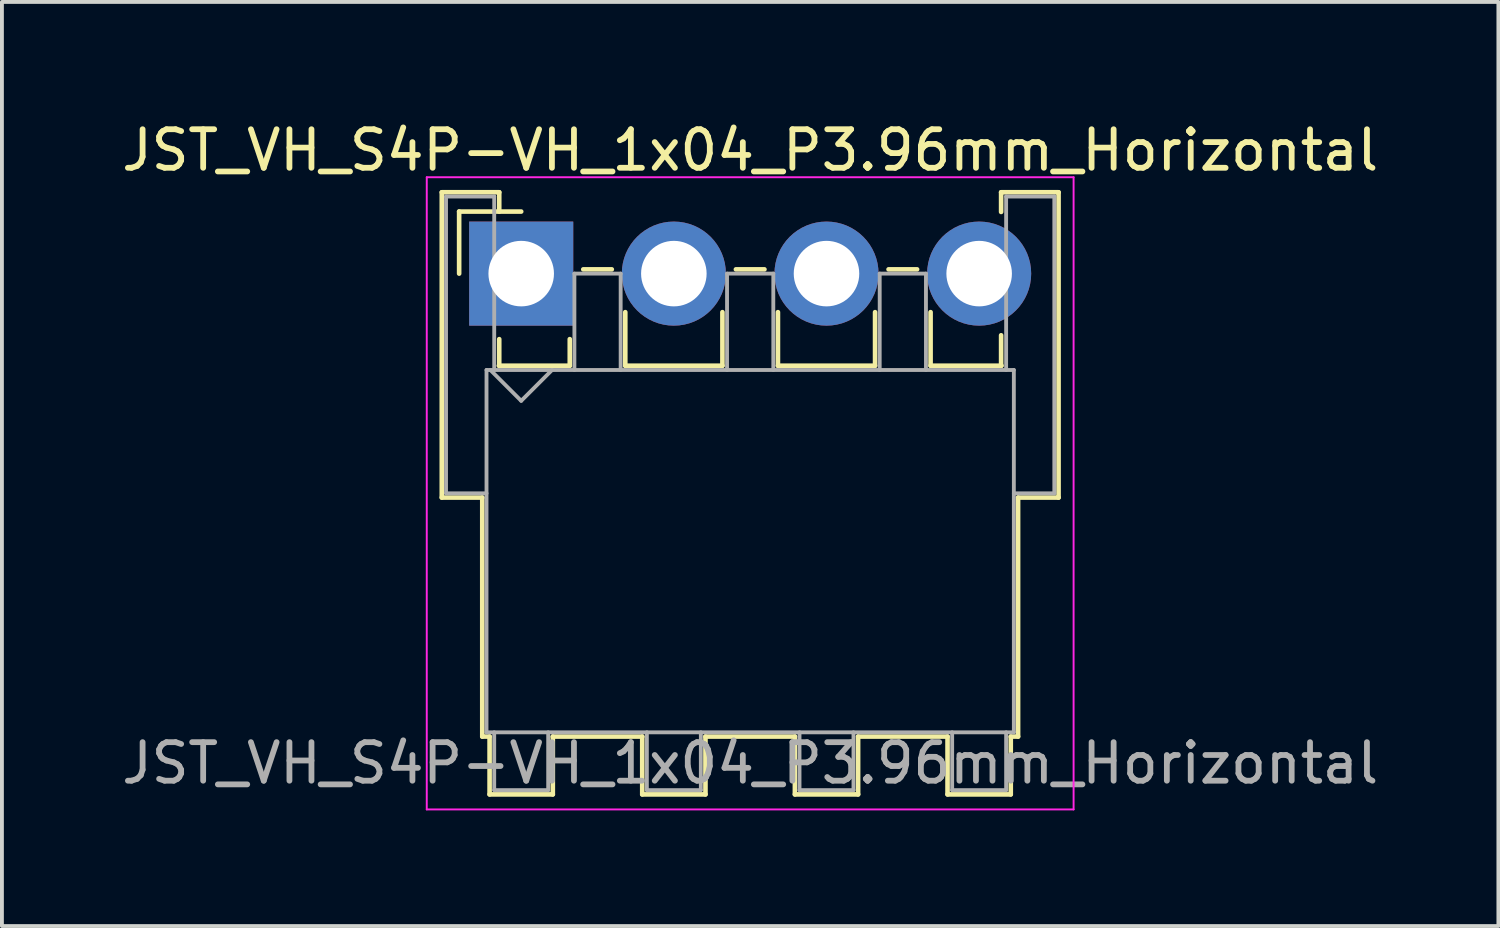
<source format=kicad_pcb>
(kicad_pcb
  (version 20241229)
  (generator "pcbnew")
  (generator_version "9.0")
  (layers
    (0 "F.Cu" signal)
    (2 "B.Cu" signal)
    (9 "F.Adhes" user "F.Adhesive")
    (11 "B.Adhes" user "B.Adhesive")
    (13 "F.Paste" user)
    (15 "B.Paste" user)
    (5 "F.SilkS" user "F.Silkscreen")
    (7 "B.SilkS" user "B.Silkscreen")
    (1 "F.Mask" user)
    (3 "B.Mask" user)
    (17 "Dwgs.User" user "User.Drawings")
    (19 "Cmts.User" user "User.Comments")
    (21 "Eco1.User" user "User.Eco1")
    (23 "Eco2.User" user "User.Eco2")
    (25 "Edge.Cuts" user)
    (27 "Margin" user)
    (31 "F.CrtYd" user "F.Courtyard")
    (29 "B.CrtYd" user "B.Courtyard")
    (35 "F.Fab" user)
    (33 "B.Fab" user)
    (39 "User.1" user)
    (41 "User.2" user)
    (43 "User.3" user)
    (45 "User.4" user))
  (footprint "JST_VH_S4P-VH_1x04_P3.96mm_Horizontal"
    (layer "F.Cu")
    (at 10.471 4.048)
    (property "Reference" "JST_VH_S4P-VH_1x04_P3.96mm_Horizontal" (at 5.94 -3.2 0) (layer "F.SilkS") (effects (font (size 1 1) (thickness 0.15))))
    (attr through_hole)
    (fp_line (start -2.06 -2.11) (end -0.57 -2.11) (stroke (width 0.12) (type solid)) (layer "F.SilkS"))
    (fp_line (start -2.06 5.81) (end -2.06 -2.11) (stroke (width 0.12) (type solid)) (layer "F.SilkS"))
    (fp_line (start -1.61 -1.61) (end -1.61 0) (stroke (width 0.12) (type solid)) (layer "F.SilkS"))
    (fp_line (start -1.01 5.81) (end -2.06 5.81) (stroke (width 0.12) (type solid)) (layer "F.SilkS"))
    (fp_line (start -1.01 5.81) (end -1.01 12.01) (stroke (width 0.12) (type solid)) (layer "F.SilkS"))
    (fp_line (start -1.01 12.01) (end -0.82 12.01) (stroke (width 0.12) (type solid)) (layer "F.SilkS"))
    (fp_line (start -0.82 12.01) (end -0.82 13.51) (stroke (width 0.12) (type solid)) (layer "F.SilkS"))
    (fp_line (start -0.82 13.51) (end 0.82 13.51) (stroke (width 0.12) (type solid)) (layer "F.SilkS"))
    (fp_line (start -0.58 2.39) (end 1.26 2.39) (stroke (width 0.12) (type solid)) (layer "F.SilkS"))
    (fp_line (start -0.57 -2.11) (end -0.57 -1.61) (stroke (width 0.12) (type solid)) (layer "F.SilkS"))
    (fp_line (start -0.57 1.7) (end -0.57 2.39) (stroke (width 0.12) (type solid)) (layer "F.SilkS"))
    (fp_line (start 0 -1.61) (end -1.61 -1.61) (stroke (width 0.12) (type solid)) (layer "F.SilkS"))
    (fp_line (start 0.82 12.01) (end 3.14 12.01) (stroke (width 0.12) (type solid)) (layer "F.SilkS"))
    (fp_line (start 0.82 13.51) (end 0.82 12.01) (stroke (width 0.12) (type solid)) (layer "F.SilkS"))
    (fp_line (start 1.26 2.39) (end 1.26 1.7) (stroke (width 0.12) (type solid)) (layer "F.SilkS"))
    (fp_line (start 1.61 -0.11) (end 2.35 -0.11) (stroke (width 0.12) (type solid)) (layer "F.SilkS"))
    (fp_line (start 2.7 1) (end 2.7 2.39) (stroke (width 0.12) (type solid)) (layer "F.SilkS"))
    (fp_line (start 2.7 2.39) (end 5.22 2.39) (stroke (width 0.12) (type solid)) (layer "F.SilkS"))
    (fp_line (start 3.14 12.01) (end 3.14 13.51) (stroke (width 0.12) (type solid)) (layer "F.SilkS"))
    (fp_line (start 3.14 13.51) (end 4.78 13.51) (stroke (width 0.12) (type solid)) (layer "F.SilkS"))
    (fp_line (start 4.78 12.01) (end 7.1 12.01) (stroke (width 0.12) (type solid)) (layer "F.SilkS"))
    (fp_line (start 4.78 13.51) (end 4.78 12.01) (stroke (width 0.12) (type solid)) (layer "F.SilkS"))
    (fp_line (start 5.22 2.39) (end 5.22 1) (stroke (width 0.12) (type solid)) (layer "F.SilkS"))
    (fp_line (start 5.57 -0.11) (end 6.31 -0.11) (stroke (width 0.12) (type solid)) (layer "F.SilkS"))
    (fp_line (start 6.66 1) (end 6.66 2.39) (stroke (width 0.12) (type solid)) (layer "F.SilkS"))
    (fp_line (start 6.66 2.39) (end 9.18 2.39) (stroke (width 0.12) (type solid)) (layer "F.SilkS"))
    (fp_line (start 7.1 12.01) (end 7.1 13.51) (stroke (width 0.12) (type solid)) (layer "F.SilkS"))
    (fp_line (start 7.1 13.51) (end 8.74 13.51) (stroke (width 0.12) (type solid)) (layer "F.SilkS"))
    (fp_line (start 8.74 12.01) (end 11.06 12.01) (stroke (width 0.12) (type solid)) (layer "F.SilkS"))
    (fp_line (start 8.74 13.51) (end 8.74 12.01) (stroke (width 0.12) (type solid)) (layer "F.SilkS"))
    (fp_line (start 9.18 2.39) (end 9.18 1) (stroke (width 0.12) (type solid)) (layer "F.SilkS"))
    (fp_line (start 9.53 -0.11) (end 10.27 -0.11) (stroke (width 0.12) (type solid)) (layer "F.SilkS"))
    (fp_line (start 10.62 1) (end 10.62 2.39) (stroke (width 0.12) (type solid)) (layer "F.SilkS"))
    (fp_line (start 10.62 2.39) (end 12.46 2.39) (stroke (width 0.12) (type solid)) (layer "F.SilkS"))
    (fp_line (start 11.06 12.01) (end 11.06 13.51) (stroke (width 0.12) (type solid)) (layer "F.SilkS"))
    (fp_line (start 11.06 13.51) (end 12.7 13.51) (stroke (width 0.12) (type solid)) (layer "F.SilkS"))
    (fp_line (start 12.45 -2.11) (end 13.94 -2.11) (stroke (width 0.12) (type solid)) (layer "F.SilkS"))
    (fp_line (start 12.45 -1.6) (end 12.45 -2.11) (stroke (width 0.12) (type solid)) (layer "F.SilkS"))
    (fp_line (start 12.45 2.39) (end 12.45 1.6) (stroke (width 0.12) (type solid)) (layer "F.SilkS"))
    (fp_line (start 12.7 12.01) (end 12.89 12.01) (stroke (width 0.12) (type solid)) (layer "F.SilkS"))
    (fp_line (start 12.7 13.51) (end 12.7 12.01) (stroke (width 0.12) (type solid)) (layer "F.SilkS"))
    (fp_line (start 12.89 12.01) (end 12.89 5.81) (stroke (width 0.12) (type solid)) (layer "F.SilkS"))
    (fp_line (start 13.94 -2.11) (end 13.94 5.81) (stroke (width 0.12) (type solid)) (layer "F.SilkS"))
    (fp_line (start 13.94 5.81) (end 12.89 5.81) (stroke (width 0.12) (type solid)) (layer "F.SilkS"))
    (fp_line (start -2.45 -2.5) (end -2.45 13.9) (stroke (width 0.05) (type solid)) (layer "F.CrtYd"))
    (fp_line (start -2.45 13.9) (end 14.33 13.9) (stroke (width 0.05) (type solid)) (layer "F.CrtYd"))
    (fp_line (start 14.33 -2.5) (end -2.45 -2.5) (stroke (width 0.05) (type solid)) (layer "F.CrtYd"))
    (fp_line (start 14.33 13.9) (end 14.33 -2.5) (stroke (width 0.05) (type solid)) (layer "F.CrtYd"))
    (fp_line (start -1.95 -2) (end -0.7 -2) (stroke (width 0.1) (type solid)) (layer "F.Fab"))
    (fp_line (start -1.95 5.7) (end -1.95 -2) (stroke (width 0.1) (type solid)) (layer "F.Fab"))
    (fp_line (start -0.9 2.5) (end -0.9 11.9) (stroke (width 0.1) (type solid)) (layer "F.Fab"))
    (fp_line (start -0.9 5.7) (end -1.95 5.7) (stroke (width 0.1) (type solid)) (layer "F.Fab"))
    (fp_line (start -0.9 11.9) (end 12.78 11.9) (stroke (width 0.1) (type solid)) (layer "F.Fab"))
    (fp_line (start -0.8 2.5) (end 0 3.3) (stroke (width 0.1) (type solid)) (layer "F.Fab"))
    (fp_line (start -0.7 -2) (end -0.7 2.5) (stroke (width 0.1) (type solid)) (layer "F.Fab"))
    (fp_line (start -0.7 11.9) (end -0.7 13.4) (stroke (width 0.1) (type solid)) (layer "F.Fab"))
    (fp_line (start -0.7 13.4) (end 0.7 13.4) (stroke (width 0.1) (type solid)) (layer "F.Fab"))
    (fp_line (start 0 3.3) (end 0.8 2.5) (stroke (width 0.1) (type solid)) (layer "F.Fab"))
    (fp_line (start 0.7 13.4) (end 0.7 11.9) (stroke (width 0.1) (type solid)) (layer "F.Fab"))
    (fp_line (start 1.38 0) (end 2.58 0) (stroke (width 0.1) (type solid)) (layer "F.Fab"))
    (fp_line (start 1.38 2.5) (end 1.38 0) (stroke (width 0.1) (type solid)) (layer "F.Fab"))
    (fp_line (start 2.58 0) (end 2.58 2.5) (stroke (width 0.1) (type solid)) (layer "F.Fab"))
    (fp_line (start 3.26 11.9) (end 3.26 13.4) (stroke (width 0.1) (type solid)) (layer "F.Fab"))
    (fp_line (start 3.26 13.4) (end 4.66 13.4) (stroke (width 0.1) (type solid)) (layer "F.Fab"))
    (fp_line (start 4.66 13.4) (end 4.66 11.9) (stroke (width 0.1) (type solid)) (layer "F.Fab"))
    (fp_line (start 5.34 0) (end 6.54 0) (stroke (width 0.1) (type solid)) (layer "F.Fab"))
    (fp_line (start 5.34 2.5) (end 5.34 0) (stroke (width 0.1) (type solid)) (layer "F.Fab"))
    (fp_line (start 6.54 0) (end 6.54 2.5) (stroke (width 0.1) (type solid)) (layer "F.Fab"))
    (fp_line (start 7.22 11.9) (end 7.22 13.4) (stroke (width 0.1) (type solid)) (layer "F.Fab"))
    (fp_line (start 7.22 13.4) (end 8.62 13.4) (stroke (width 0.1) (type solid)) (layer "F.Fab"))
    (fp_line (start 8.62 13.4) (end 8.62 11.9) (stroke (width 0.1) (type solid)) (layer "F.Fab"))
    (fp_line (start 9.3 0) (end 10.5 0) (stroke (width 0.1) (type solid)) (layer "F.Fab"))
    (fp_line (start 9.3 2.5) (end 9.3 0) (stroke (width 0.1) (type solid)) (layer "F.Fab"))
    (fp_line (start 10.5 0) (end 10.5 2.5) (stroke (width 0.1) (type solid)) (layer "F.Fab"))
    (fp_line (start 11.18 11.9) (end 11.18 13.4) (stroke (width 0.1) (type solid)) (layer "F.Fab"))
    (fp_line (start 11.18 13.4) (end 12.58 13.4) (stroke (width 0.1) (type solid)) (layer "F.Fab"))
    (fp_line (start 12.58 -2) (end 13.83 -2) (stroke (width 0.1) (type solid)) (layer "F.Fab"))
    (fp_line (start 12.58 2.5) (end 12.58 -2) (stroke (width 0.1) (type solid)) (layer "F.Fab"))
    (fp_line (start 12.58 13.4) (end 12.58 11.9) (stroke (width 0.1) (type solid)) (layer "F.Fab"))
    (fp_line (start 12.78 2.5) (end -0.9 2.5) (stroke (width 0.1) (type solid)) (layer "F.Fab"))
    (fp_line (start 12.78 11.9) (end 12.78 2.5) (stroke (width 0.1) (type solid)) (layer "F.Fab"))
    (fp_line (start 13.83 -2) (end 13.83 5.7) (stroke (width 0.1) (type solid)) (layer "F.Fab"))
    (fp_line (start 13.83 5.7) (end 12.78 5.7) (stroke (width 0.1) (type solid)) (layer "F.Fab"))
    (fp_text user "${REFERENCE}" (at 5.94 12.7 0) (layer "F.Fab") (effects (font (size 1 1) (thickness 0.15))))
    (pad "1" thru_hole rect (at 0 0) (size 2.7 2.7) (drill 1.7) (layers "*.Cu" "*.Mask"))
    (pad "2" thru_hole circle (at 3.96 0) (size 2.7 2.7) (drill 1.7) (layers "*.Cu" "*.Mask"))
    (pad "3" thru_hole circle (at 7.92 0) (size 2.7 2.7) (drill 1.7) (layers "*.Cu" "*.Mask"))
    (pad "4" thru_hole circle (at 11.88 0) (size 2.7 2.7) (drill 1.7) (layers "*.Cu" "*.Mask")))
  (gr_rect
    (start -3 -3)
    (end 35.821 20.973)
    (stroke (width 0.1) (type default))
    (fill no)
    (layer "Edge.Cuts")))
</source>
